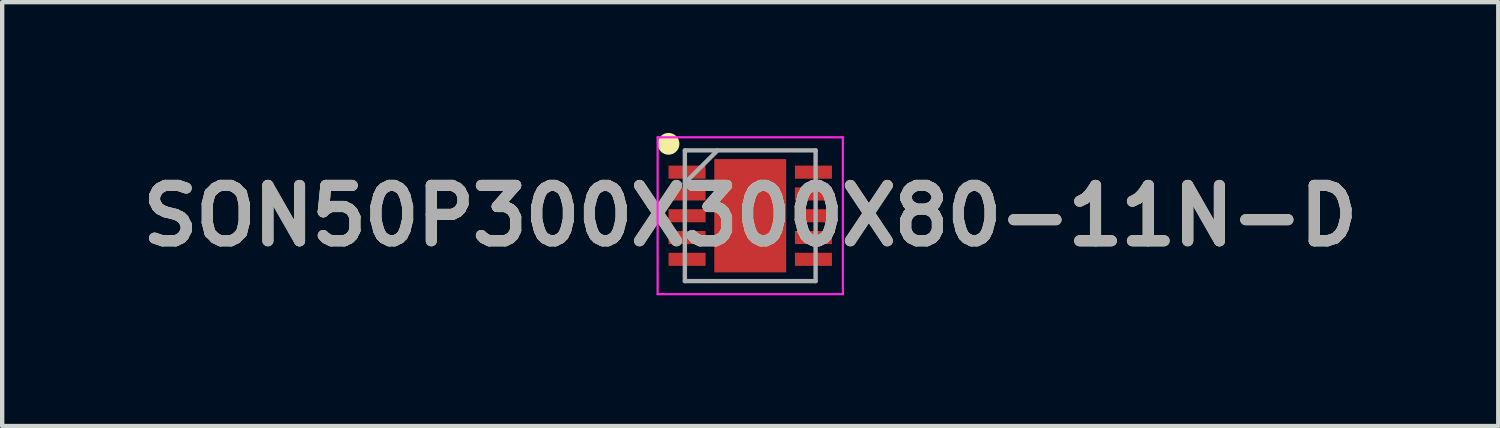
<source format=kicad_pcb>
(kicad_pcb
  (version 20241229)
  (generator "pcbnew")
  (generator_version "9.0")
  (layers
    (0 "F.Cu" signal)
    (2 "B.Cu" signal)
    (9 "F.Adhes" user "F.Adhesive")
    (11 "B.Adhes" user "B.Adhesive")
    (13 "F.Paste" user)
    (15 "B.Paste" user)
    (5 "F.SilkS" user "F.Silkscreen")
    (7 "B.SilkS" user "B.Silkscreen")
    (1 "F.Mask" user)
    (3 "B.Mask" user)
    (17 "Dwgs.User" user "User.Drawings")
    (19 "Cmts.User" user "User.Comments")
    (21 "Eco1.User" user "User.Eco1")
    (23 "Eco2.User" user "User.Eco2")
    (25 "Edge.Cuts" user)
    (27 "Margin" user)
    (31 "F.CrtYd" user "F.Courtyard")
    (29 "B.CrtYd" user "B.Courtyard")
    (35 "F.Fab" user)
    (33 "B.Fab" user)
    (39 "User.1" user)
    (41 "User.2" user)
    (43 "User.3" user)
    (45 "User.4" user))
  (footprint "SON50P300X300X80-11N-D"
    (layer "F.Cu")
    (at 14.164 1.9)
    (property "Reference" "SON50P300X300X80-11N-D" (at 0 0 0) (layer "F.SilkS") (effects (font (size 1.27 1.27) (thickness 0.254))))
    (attr smd)
    (fp_circle (center -1.875 -1.65) (end -1.875 -1.525) (stroke (width 0.25) (type solid)) (fill no) (layer "F.SilkS"))
    (fp_line (start -2.125 -1.8) (end 2.125 -1.8) (stroke (width 0.05) (type solid)) (layer "F.CrtYd"))
    (fp_line (start -2.125 1.8) (end -2.125 -1.8) (stroke (width 0.05) (type solid)) (layer "F.CrtYd"))
    (fp_line (start 2.125 -1.8) (end 2.125 1.8) (stroke (width 0.05) (type solid)) (layer "F.CrtYd"))
    (fp_line (start 2.125 1.8) (end -2.125 1.8) (stroke (width 0.05) (type solid)) (layer "F.CrtYd"))
    (fp_line (start -1.5 -1.5) (end 1.5 -1.5) (stroke (width 0.1) (type solid)) (layer "F.Fab"))
    (fp_line (start -1.5 -0.75) (end -0.75 -1.5) (stroke (width 0.1) (type solid)) (layer "F.Fab"))
    (fp_line (start -1.5 1.5) (end -1.5 -1.5) (stroke (width 0.1) (type solid)) (layer "F.Fab"))
    (fp_line (start 1.5 -1.5) (end 1.5 1.5) (stroke (width 0.1) (type solid)) (layer "F.Fab"))
    (fp_line (start 1.5 1.5) (end -1.5 1.5) (stroke (width 0.1) (type solid)) (layer "F.Fab"))
    (fp_text user "${REFERENCE}" (at 0 0 0) (layer "F.Fab") (effects (font (size 1.27 1.27) (thickness 0.254))))
    (pad "1" smd rect (at -1.45 -1 90) (size 0.3 0.85) (layers "F.Cu" "F.Mask" "F.Paste"))
    (pad "2" smd rect (at -1.45 -0.5 90) (size 0.3 0.85) (layers "F.Cu" "F.Mask" "F.Paste"))
    (pad "3" smd rect (at -1.45 0 90) (size 0.3 0.85) (layers "F.Cu" "F.Mask" "F.Paste"))
    (pad "4" smd rect (at -1.45 0.5 90) (size 0.3 0.85) (layers "F.Cu" "F.Mask" "F.Paste"))
    (pad "5" smd rect (at -1.45 1 90) (size 0.3 0.85) (layers "F.Cu" "F.Mask" "F.Paste"))
    (pad "6" smd rect (at 1.45 1 90) (size 0.3 0.85) (layers "F.Cu" "F.Mask" "F.Paste"))
    (pad "7" smd rect (at 1.45 0.5 90) (size 0.3 0.85) (layers "F.Cu" "F.Mask" "F.Paste"))
    (pad "8" smd rect (at 1.45 0 90) (size 0.3 0.85) (layers "F.Cu" "F.Mask" "F.Paste"))
    (pad "9" smd rect (at 1.45 -0.5 90) (size 0.3 0.85) (layers "F.Cu" "F.Mask" "F.Paste"))
    (pad "10" smd rect (at 1.45 -1 90) (size 0.3 0.85) (layers "F.Cu" "F.Mask" "F.Paste"))
    (pad "11" smd rect (at 0 0) (size 1.65 2.6) (layers "F.Cu" "F.Mask" "F.Paste")))
  (gr_rect
    (start -3 -3)
    (end 31.327 6.725)
    (stroke (width 0.1) (type default))
    (fill no)
    (layer "Edge.Cuts")))
</source>
